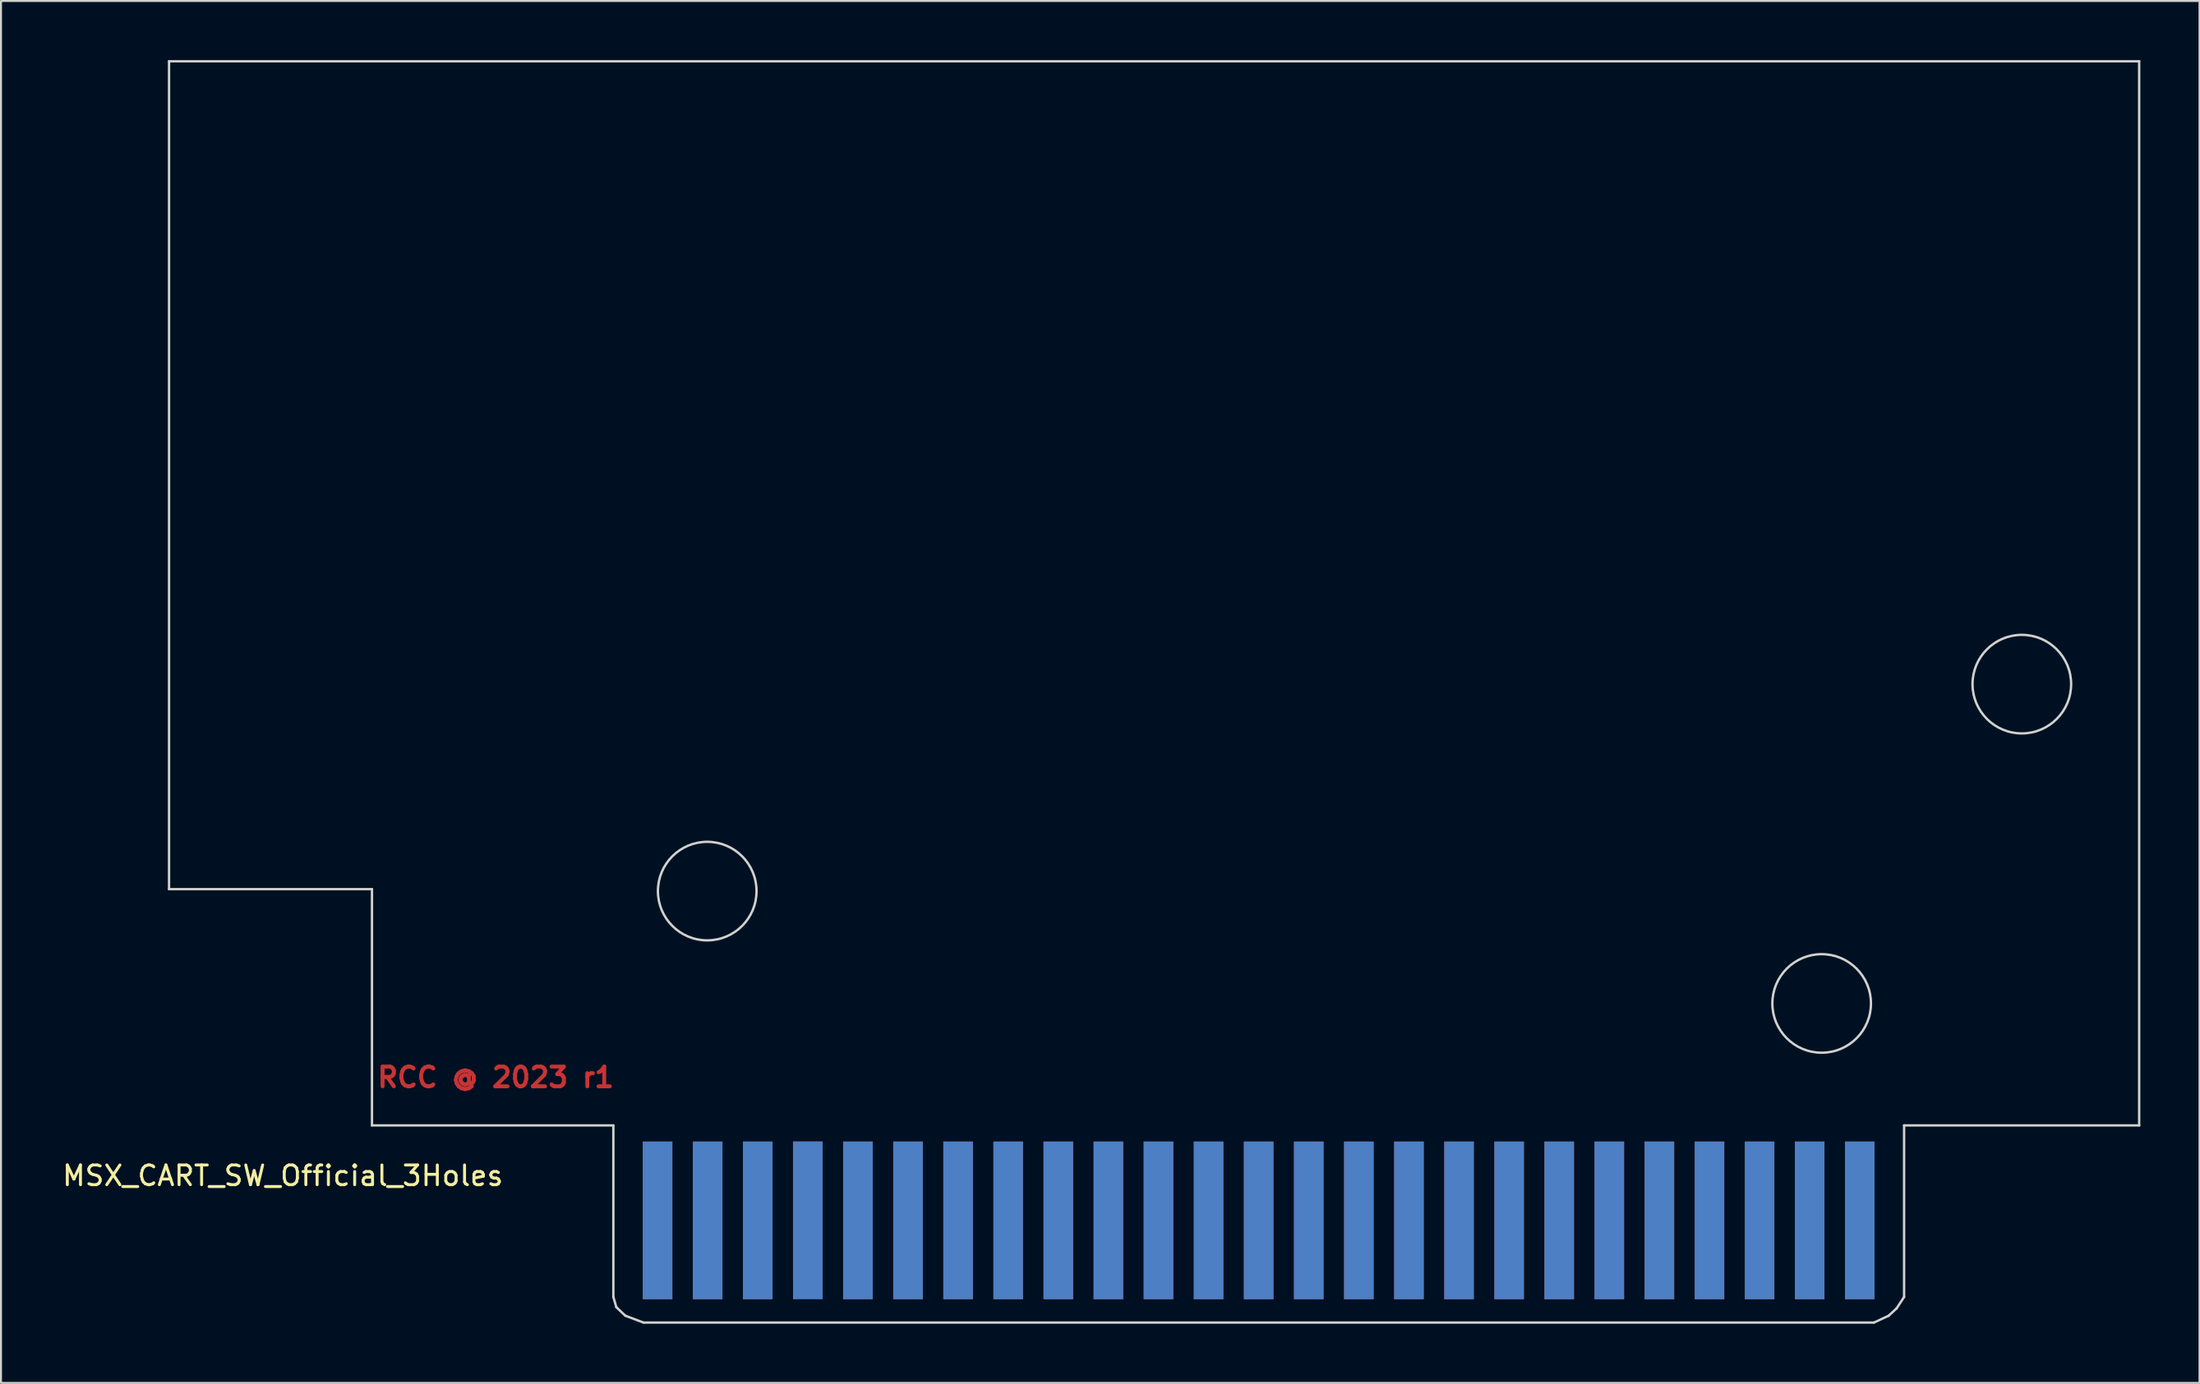
<source format=kicad_pcb>
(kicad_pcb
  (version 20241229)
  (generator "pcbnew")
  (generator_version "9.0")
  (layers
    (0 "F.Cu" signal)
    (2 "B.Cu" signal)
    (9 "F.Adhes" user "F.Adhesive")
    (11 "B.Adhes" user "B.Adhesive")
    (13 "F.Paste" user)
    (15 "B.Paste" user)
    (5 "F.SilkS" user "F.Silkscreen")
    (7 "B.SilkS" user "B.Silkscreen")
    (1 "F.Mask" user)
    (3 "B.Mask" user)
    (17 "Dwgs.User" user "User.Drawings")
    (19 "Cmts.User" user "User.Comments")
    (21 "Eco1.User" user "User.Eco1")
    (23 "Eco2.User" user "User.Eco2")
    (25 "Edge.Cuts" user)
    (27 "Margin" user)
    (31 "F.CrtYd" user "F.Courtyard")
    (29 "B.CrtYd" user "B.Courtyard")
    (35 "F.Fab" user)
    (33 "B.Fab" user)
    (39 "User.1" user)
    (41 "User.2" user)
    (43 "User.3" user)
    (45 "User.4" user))
  (footprint "MSX_CART_SW_Official_3Holes"
    (layer "F.Cu")
    (at 54.472 28.66)
    (property "Reference" "MSX_CART_SW_Official_3Holes" (at -43.18 27.94 0) (layer "F.SilkS") (effects (font (size 1 1) (thickness 0.15))))
    (attr through_hole)
    (fp_line (start -48.95 13.4) (end -48.95 -28.6) (stroke (width 0.12) (type solid)) (layer "Edge.Cuts"))
    (fp_line (start -48.95 13.4) (end -38.66 13.4) (stroke (width 0.12) (type solid)) (layer "Edge.Cuts"))
    (fp_line (start -38.66 13.4) (end -38.66 25.388) (stroke (width 0.12) (type solid)) (layer "Edge.Cuts"))
    (fp_line (start -38.66 25.388) (end -26.42 25.388) (stroke (width 0.12) (type solid)) (layer "Edge.Cuts"))
    (fp_line (start -26.42 34.092) (end -26.42 25.388) (stroke (width 0.12) (type solid)) (layer "Edge.Cuts"))
    (fp_line (start -26.42 34.092) (end -26.269 34.61) (stroke (width 0.12) (type solid)) (layer "Edge.Cuts"))
    (fp_line (start -26.269 34.61) (end -25.815 35.042) (stroke (width 0.12) (type solid)) (layer "Edge.Cuts"))
    (fp_line (start -25.815 35.042) (end -24.892 35.391) (stroke (width 0.12) (type solid)) (layer "Edge.Cuts"))
    (fp_line (start -24.892 35.391) (end 37.501 35.391) (stroke (width 0.12) (type solid)) (layer "Edge.Cuts"))
    (fp_line (start 37.501 35.391) (end 38.245 35.045) (stroke (width 0.12) (type solid)) (layer "Edge.Cuts"))
    (fp_line (start 38.245 35.045) (end 38.648 34.674) (stroke (width 0.12) (type solid)) (layer "Edge.Cuts"))
    (fp_line (start 38.648 34.674) (end 39.03 34.092) (stroke (width 0.12) (type solid)) (layer "Edge.Cuts"))
    (fp_line (start 39.03 25.388) (end 39.03 34.092) (stroke (width 0.12) (type solid)) (layer "Edge.Cuts"))
    (fp_line (start 39.03 25.388) (end 50.95 25.388) (stroke (width 0.12) (type solid)) (layer "Edge.Cuts"))
    (fp_line (start 50.95 -28.6) (end -48.95 -28.6) (stroke (width 0.12) (type solid)) (layer "Edge.Cuts"))
    (fp_line (start 50.95 -28.6) (end 50.95 25.388) (stroke (width 0.12) (type solid)) (layer "Edge.Cuts"))
    (fp_circle (center -21.66 13.5) (end -19.16 13.5) (stroke (width 0.12) (type solid)) (fill no) (layer "Edge.Cuts"))
    (fp_circle (center 34.85 19.2) (end 37.35 19.2) (stroke (width 0.12) (type solid)) (fill no) (layer "Edge.Cuts"))
    (fp_circle (center 45 3) (end 47.5 3) (stroke (width 0.12) (type solid)) (fill no) (layer "Edge.Cuts"))
    (fp_text user "RCC @ 2023 r1" (at -32.384 22.952 0) (unlocked yes) (layer "F.Cu") (effects (font (size 1 1) (thickness 0.2))))
    (pad "1" connect rect (at 36.782 30.207) (size 1.5 8) (layers "B.Cu" "B.Mask"))
    (pad "2" connect rect (at 36.782 30.207) (size 1.5 8) (layers "F.Cu" "F.Mask"))
    (pad "3" connect rect (at 34.242 30.207) (size 1.5 8) (layers "B.Cu" "B.Mask"))
    (pad "4" connect rect (at 34.242 30.207) (size 1.5 8) (layers "F.Cu" "F.Mask"))
    (pad "5" connect rect (at 31.702 30.207) (size 1.5 8) (layers "B.Cu" "B.Mask"))
    (pad "6" connect rect (at 31.702 30.207) (size 1.5 8) (layers "F.Cu" "F.Mask"))
    (pad "7" connect rect (at 29.162 30.207) (size 1.5 8) (layers "B.Cu" "B.Mask"))
    (pad "8" connect rect (at 29.162 30.207) (size 1.5 8) (layers "F.Cu" "F.Mask"))
    (pad "9" connect rect (at 26.622 30.207) (size 1.5 8) (layers "B.Cu" "B.Mask"))
    (pad "10" connect rect (at 26.622 30.207) (size 1.5 8) (layers "F.Cu" "F.Mask"))
    (pad "11" connect rect (at 24.082 30.207) (size 1.5 8) (layers "B.Cu" "B.Mask"))
    (pad "12" connect rect (at 24.082 30.207) (size 1.5 8) (layers "F.Cu" "F.Mask"))
    (pad "13" connect rect (at 21.542 30.207) (size 1.5 8) (layers "B.Cu" "B.Mask"))
    (pad "14" connect rect (at 21.542 30.207) (size 1.5 8) (layers "F.Cu" "F.Mask"))
    (pad "15" connect rect (at 19.002 30.207) (size 1.5 8) (layers "B.Cu" "B.Mask"))
    (pad "16" connect rect (at 19.002 30.207) (size 1.5 8) (layers "F.Cu" "F.Mask"))
    (pad "17" connect rect (at 16.462 30.207) (size 1.5 8) (layers "B.Cu" "B.Mask"))
    (pad "18" connect rect (at 16.462 30.207) (size 1.5 8) (layers "F.Cu" "F.Mask"))
    (pad "19" connect rect (at 13.922 30.207) (size 1.5 8) (layers "B.Cu" "B.Mask"))
    (pad "20" connect rect (at 13.922 30.207) (size 1.5 8) (layers "F.Cu" "F.Mask"))
    (pad "21" connect rect (at 11.382 30.207) (size 1.5 8) (layers "B.Cu" "B.Mask"))
    (pad "22" connect rect (at 11.382 30.207) (size 1.5 8) (layers "F.Cu" "F.Mask"))
    (pad "23" connect rect (at 8.842 30.207) (size 1.5 8) (layers "B.Cu" "B.Mask"))
    (pad "24" connect rect (at 8.842 30.207) (size 1.5 8) (layers "F.Cu" "F.Mask"))
    (pad "25" connect rect (at 6.302 30.207) (size 1.5 8) (layers "B.Cu" "B.Mask"))
    (pad "26" connect rect (at 6.302 30.207) (size 1.5 8) (layers "F.Cu" "F.Mask"))
    (pad "27" connect rect (at 3.762 30.207) (size 1.5 8) (layers "B.Cu" "B.Mask"))
    (pad "28" connect rect (at 3.762 30.207) (size 1.5 8) (layers "F.Cu" "F.Mask"))
    (pad "29" connect rect (at 1.222 30.207) (size 1.5 8) (layers "B.Cu" "B.Mask"))
    (pad "30" connect rect (at 1.222 30.207) (size 1.5 8) (layers "F.Cu" "F.Mask"))
    (pad "31" connect rect (at -1.318 30.207) (size 1.5 8) (layers "B.Cu" "B.Mask"))
    (pad "32" connect rect (at -1.318 30.207) (size 1.5 8) (layers "F.Cu" "F.Mask"))
    (pad "33" connect rect (at -3.858 30.207) (size 1.5 8) (layers "B.Cu" "B.Mask"))
    (pad "34" connect rect (at -3.858 30.207) (size 1.5 8) (layers "F.Cu" "F.Mask"))
    (pad "35" connect rect (at -6.398 30.207) (size 1.5 8) (layers "B.Cu" "B.Mask"))
    (pad "36" connect rect (at -6.398 30.207) (size 1.5 8) (layers "F.Cu" "F.Mask"))
    (pad "37" connect rect (at -8.938 30.207) (size 1.5 8) (layers "B.Cu" "B.Mask"))
    (pad "38" connect rect (at -8.938 30.207) (size 1.5 8) (layers "F.Cu" "F.Mask"))
    (pad "39" connect rect (at -11.478 30.207) (size 1.5 8) (layers "B.Cu" "B.Mask"))
    (pad "40" connect rect (at -11.478 30.207) (size 1.5 8) (layers "F.Cu" "F.Mask"))
    (pad "41" connect rect (at -14.018 30.207) (size 1.5 8) (layers "B.Cu" "B.Mask"))
    (pad "42" connect rect (at -14.018 30.207) (size 1.5 8) (layers "F.Cu" "F.Mask"))
    (pad "43" connect rect (at -16.558 30.207) (size 1.5 8) (layers "B.Cu" "B.Mask"))
    (pad "44" connect rect (at -16.563 29.7) (size 1.5 7) (layers "F.Cu" "F.Mask"))
    (pad "45" connect rect (at -19.098 30.207) (size 1.5 8) (layers "B.Cu" "B.Mask"))
    (pad "46" connect rect (at -19.098 30.207) (size 1.5 8) (layers "F.Cu" "F.Mask"))
    (pad "47" connect rect (at -21.638 30.207) (size 1.5 8) (layers "B.Cu" "B.Mask"))
    (pad "48" connect rect (at -21.638 30.207) (size 1.5 8) (layers "F.Cu" "F.Mask"))
    (pad "49" connect rect (at -24.178 30.207) (size 1.5 8) (layers "B.Cu" "B.Mask"))
    (pad "50" connect rect (at -24.178 30.207) (size 1.5 8) (layers "F.Cu" "F.Mask")))
  (gr_rect
    (start -3 -3)
    (end 108.482 67.111)
    (stroke (width 0.1) (type default))
    (fill no)
    (layer "Edge.Cuts")))
</source>
